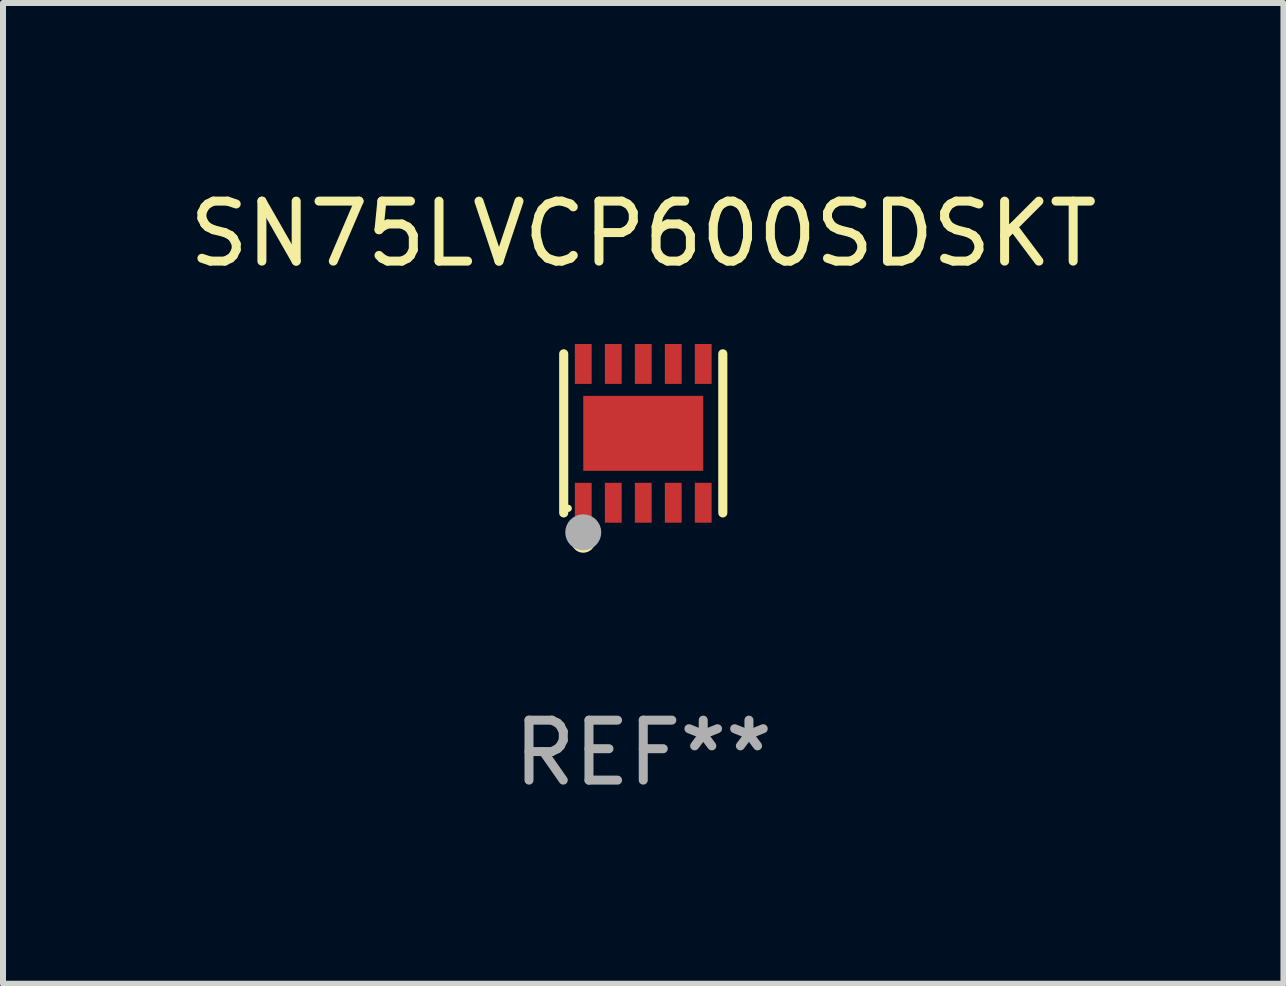
<source format=kicad_pcb>
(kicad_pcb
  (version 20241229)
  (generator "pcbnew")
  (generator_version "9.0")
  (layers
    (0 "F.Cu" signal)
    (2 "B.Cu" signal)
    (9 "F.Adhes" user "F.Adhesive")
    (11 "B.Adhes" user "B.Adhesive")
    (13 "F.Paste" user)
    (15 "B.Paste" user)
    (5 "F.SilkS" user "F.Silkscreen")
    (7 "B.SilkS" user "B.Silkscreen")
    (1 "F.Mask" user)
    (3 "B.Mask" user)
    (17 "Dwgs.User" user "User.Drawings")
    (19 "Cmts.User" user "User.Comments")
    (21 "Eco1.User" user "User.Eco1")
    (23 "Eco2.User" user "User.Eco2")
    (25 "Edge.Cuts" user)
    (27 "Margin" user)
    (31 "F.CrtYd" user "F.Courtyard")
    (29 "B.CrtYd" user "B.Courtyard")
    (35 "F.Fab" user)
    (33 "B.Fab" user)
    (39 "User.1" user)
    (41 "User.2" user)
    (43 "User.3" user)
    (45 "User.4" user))
  (footprint "SN75LVCP600SDSKT"
    (layer "F.Cu")
    (at 7.673 4.174)
    (property "Reference" "SN75LVCP600SDSKT" (at 0 -3.326 0) (layer "F.SilkS") (effects (font (size 1 1) (thickness 0.15))))
    (attr through_hole)
    (fp_line (start -1.326 1.326) (end -1.326 -1.326) (stroke (width 0.152) (type solid)) (layer "F.SilkS"))
    (fp_line (start 1.326 -1.326) (end 1.326 1.326) (stroke (width 0.152) (type solid)) (layer "F.SilkS"))
    (fp_circle (center -1.25 1.25) (end -1.22 1.25) (stroke (width 0.06) (type solid)) (fill no) (layer "F.SilkS"))
    (fp_circle (center -1 1.79) (end -0.9 1.79) (stroke (width 0.2) (type solid)) (fill no) (layer "F.SilkS"))
    (fp_circle (center -1 1.65) (end -0.85 1.65) (stroke (width 0.3) (type solid)) (fill no) (layer "F.Fab"))
    (fp_text user "REF**" (at 0 5.326 0) (layer "F.Fab") (effects (font (size 1 1) (thickness 0.15))))
    (pad "1" smd rect (at -1 1.157) (size 0.28 0.665) (layers "F.Cu" "F.Mask" "F.Paste"))
    (pad "2" smd rect (at -0.5 1.157) (size 0.28 0.665) (layers "F.Cu" "F.Mask" "F.Paste"))
    (pad "3" smd rect (at 0 1.157) (size 0.28 0.665) (layers "F.Cu" "F.Mask" "F.Paste"))
    (pad "4" smd rect (at 0.5 1.157) (size 0.28 0.665) (layers "F.Cu" "F.Mask" "F.Paste"))
    (pad "5" smd rect (at 1 1.157) (size 0.28 0.665) (layers "F.Cu" "F.Mask" "F.Paste"))
    (pad "6" smd rect (at 1 -1.157) (size 0.28 0.665) (layers "F.Cu" "F.Mask" "F.Paste"))
    (pad "7" smd rect (at 0.5 -1.157) (size 0.28 0.665) (layers "F.Cu" "F.Mask" "F.Paste"))
    (pad "8" smd rect (at 0 -1.157) (size 0.28 0.665) (layers "F.Cu" "F.Mask" "F.Paste"))
    (pad "9" smd rect (at -0.5 -1.157) (size 0.28 0.665) (layers "F.Cu" "F.Mask" "F.Paste"))
    (pad "10" smd rect (at -1 -1.157) (size 0.28 0.665) (layers "F.Cu" "F.Mask" "F.Paste"))
    (pad "11" smd rect (at 0 0) (size 2 1.25) (layers "F.Cu" "F.Mask" "F.Paste")))
  (gr_rect
    (start -3 -3)
    (end 18.345 13.349)
    (stroke (width 0.1) (type default))
    (fill no)
    (layer "Edge.Cuts")))
</source>
